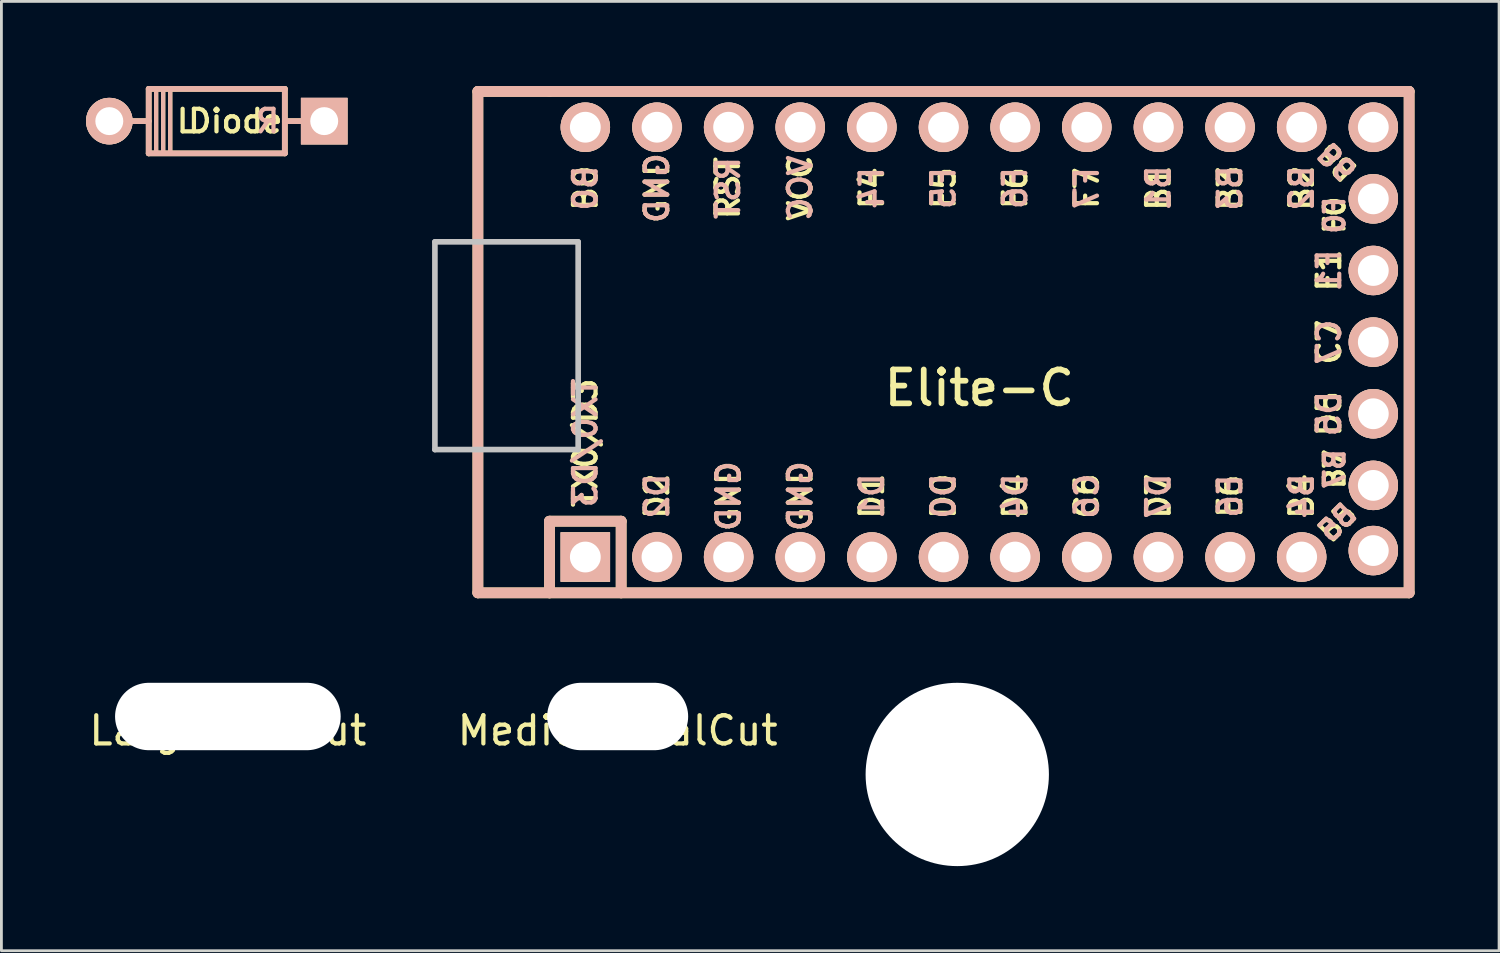
<source format=kicad_pcb>
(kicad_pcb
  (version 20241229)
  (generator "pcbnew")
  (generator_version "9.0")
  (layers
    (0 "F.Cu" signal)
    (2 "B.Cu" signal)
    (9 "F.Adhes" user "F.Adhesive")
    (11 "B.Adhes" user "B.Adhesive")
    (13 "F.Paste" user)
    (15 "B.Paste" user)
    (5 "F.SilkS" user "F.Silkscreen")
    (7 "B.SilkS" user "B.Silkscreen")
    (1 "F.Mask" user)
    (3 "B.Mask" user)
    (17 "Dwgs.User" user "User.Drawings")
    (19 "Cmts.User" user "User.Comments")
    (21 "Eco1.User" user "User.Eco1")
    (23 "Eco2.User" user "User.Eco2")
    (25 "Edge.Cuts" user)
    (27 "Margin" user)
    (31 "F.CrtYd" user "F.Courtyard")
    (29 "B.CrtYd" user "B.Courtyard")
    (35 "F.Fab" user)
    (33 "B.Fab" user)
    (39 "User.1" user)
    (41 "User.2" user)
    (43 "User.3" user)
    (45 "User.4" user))
  (footprint "Diode"
    (layer "F.Cu")
    (at 4.636 1.245)
    (property "Reference" "Diode" (at 2.413 0 0) (layer "F.SilkS") (effects (font (size 0.8 0.8) (thickness 0.15)) (justify right)))
    (attr through_hole)
    (fp_line (start -2.413 -1.143) (end 2.413 -1.143) (stroke (width 0.203) (type solid)) (layer "F.SilkS"))
    (fp_line (start -2.413 0) (end -2.985 0) (stroke (width 0.203) (type solid)) (layer "F.SilkS"))
    (fp_line (start -2.413 1.143) (end -2.413 -1.143) (stroke (width 0.203) (type solid)) (layer "F.SilkS"))
    (fp_line (start -2.15 1.1) (end -2.15 -1.1) (stroke (width 0.15) (type solid)) (layer "F.SilkS"))
    (fp_line (start -1.9 -1.05) (end -1.9 1.15) (stroke (width 0.15) (type solid)) (layer "F.SilkS"))
    (fp_line (start -1.65 1.15) (end -1.65 -1.05) (stroke (width 0.15) (type solid)) (layer "F.SilkS"))
    (fp_line (start 2.413 -1.143) (end 2.413 1.143) (stroke (width 0.203) (type solid)) (layer "F.SilkS"))
    (fp_line (start 2.413 0) (end 2.985 0) (stroke (width 0.203) (type solid)) (layer "F.SilkS"))
    (fp_line (start 2.413 1.143) (end -2.413 1.143) (stroke (width 0.203) (type solid)) (layer "F.SilkS"))
    (fp_line (start -2.413 -1.143) (end 2.413 -1.143) (stroke (width 0.203) (type solid)) (layer "B.SilkS"))
    (fp_line (start -2.413 0) (end -2.985 0) (stroke (width 0.203) (type solid)) (layer "B.SilkS"))
    (fp_line (start -2.413 1.143) (end -2.413 -1.143) (stroke (width 0.203) (type solid)) (layer "B.SilkS"))
    (fp_line (start -2.15 1.1) (end -2.15 -1.1) (stroke (width 0.15) (type solid)) (layer "B.SilkS"))
    (fp_line (start -1.9 1.1) (end -1.9 -1.1) (stroke (width 0.15) (type solid)) (layer "B.SilkS"))
    (fp_line (start -1.65 -1.05) (end -1.65 1.15) (stroke (width 0.15) (type solid)) (layer "B.SilkS"))
    (fp_line (start 2.413 -1.143) (end 2.413 1.143) (stroke (width 0.203) (type solid)) (layer "B.SilkS"))
    (fp_line (start 2.413 0) (end 2.985 0) (stroke (width 0.203) (type solid)) (layer "B.SilkS"))
    (fp_line (start 2.413 1.143) (end -2.413 1.143) (stroke (width 0.203) (type solid)) (layer "B.SilkS"))
    (fp_text user "L" (at -1.5 0 0) (layer "F.SilkS") (effects (font (size 0.8 0.8) (thickness 0.15)) (justify left)))
    (fp_text user "R" (at 2.3 0 0) (layer "B.SilkS") (effects (font (size 0.8 0.8) (thickness 0.15)) (justify left mirror)))
    (pad "1" thru_hole circle (at -3.81 0) (size 1.651 1.651) (drill 0.991) (layers "*.Cu" "*.SilkS" "*.Mask"))
    (pad "2" thru_hole rect (at 3.81 0) (size 1.651 1.651) (drill 0.991) (layers "*.Cu" "*.SilkS" "*.Mask")))
  (footprint "Mount"
    (layer "F.Cu")
    (at 30.893 24.411)
    (property "Reference" "Mount" (at 0 0.5 0) (layer "F.SilkS") (effects (font (size 1 1) (thickness 0.15))))
    (attr through_hole)
    (pad "" np_thru_hole oval (at 0 0) (size 6.5 6.5) (drill oval 6.5) (layers "*.Cu" "*.Mask")))
  (footprint "MediumOvalCut"
    (layer "F.Cu")
    (at 18.851 22.356)
    (property "Reference" "MediumOvalCut" (at 0 0.5 0) (layer "F.SilkS") (effects (font (size 1 1) (thickness 0.15))))
    (attr through_hole)
    (pad "" np_thru_hole oval (at 0 0) (size 5 2.39) (drill oval 5 2.39) (layers "*.Cu" "*.Mask")))
  (footprint "Elite-C"
    (layer "F.Cu")
    (at 31.675 9.081)
    (property "Reference" "Elite-C" (at 0 1.625 0) (layer "F.SilkS") (effects (font (size 1.2 1.2) (thickness 0.203))))
    (attr through_hole)
    (fp_line (start -17.78 -8.89) (end -17.78 8.89) (stroke (width 0.381) (type solid)) (layer "F.SilkS"))
    (fp_line (start -17.78 8.89) (end -15.24 8.89) (stroke (width 0.381) (type solid)) (layer "F.SilkS"))
    (fp_line (start -15.24 -8.89) (end -17.78 -8.89) (stroke (width 0.381) (type solid)) (layer "F.SilkS"))
    (fp_line (start -15.24 6.35) (end -15.24 8.89) (stroke (width 0.381) (type solid)) (layer "F.SilkS"))
    (fp_line (start -15.24 6.35) (end -12.7 6.35) (stroke (width 0.381) (type solid)) (layer "F.SilkS"))
    (fp_line (start -15.24 8.89) (end 15.24 8.89) (stroke (width 0.381) (type solid)) (layer "F.SilkS"))
    (fp_line (start -12.7 6.35) (end -12.7 8.89) (stroke (width 0.381) (type solid)) (layer "F.SilkS"))
    (fp_line (start 15.24 -8.89) (end -15.24 -8.89) (stroke (width 0.381) (type solid)) (layer "F.SilkS"))
    (fp_line (start 15.24 8.89) (end 15.24 -8.89) (stroke (width 0.381) (type solid)) (layer "F.SilkS"))
    (fp_line (start -17.78 -8.89) (end -17.78 8.89) (stroke (width 0.381) (type solid)) (layer "B.SilkS"))
    (fp_line (start -17.78 8.89) (end 15.24 8.89) (stroke (width 0.381) (type solid)) (layer "B.SilkS"))
    (fp_line (start -15.24 6.35) (end -15.24 8.89) (stroke (width 0.381) (type solid)) (layer "B.SilkS"))
    (fp_line (start -15.24 6.35) (end -12.7 6.35) (stroke (width 0.381) (type solid)) (layer "B.SilkS"))
    (fp_line (start -12.7 6.35) (end -12.7 8.89) (stroke (width 0.381) (type solid)) (layer "B.SilkS"))
    (fp_line (start 15.24 -8.89) (end -17.78 -8.89) (stroke (width 0.381) (type solid)) (layer "B.SilkS"))
    (fp_line (start 15.24 8.89) (end 15.24 -8.89) (stroke (width 0.381) (type solid)) (layer "B.SilkS"))
    (fp_line (start -19.304 -3.556) (end -14.224 -3.556) (stroke (width 0.2) (type solid)) (layer "Dwgs.User"))
    (fp_line (start -19.304 3.81) (end -19.304 -3.556) (stroke (width 0.2) (type solid)) (layer "Dwgs.User"))
    (fp_line (start -14.224 -3.556) (end -14.224 3.81) (stroke (width 0.2) (type solid)) (layer "Dwgs.User"))
    (fp_line (start -14.224 3.81) (end -19.304 3.81) (stroke (width 0.2) (type solid)) (layer "Dwgs.User"))
    (fp_text user "B7" (at 12.6 4.5 90) (layer "F.SilkS") (effects (font (size 0.7 0.7) (thickness 0.15))))
    (fp_text user "D5" (at 12.4 2.54 90) (layer "F.SilkS") (effects (font (size 0.8 0.8) (thickness 0.15))))
    (fp_text user "B2" (at 11.43 -5.461 90) (layer "F.SilkS") (effects (font (size 0.8 0.8) (thickness 0.15))))
    (fp_text user "F7" (at 3.81 -5.461 90) (layer "F.SilkS") (effects (font (size 0.8 0.8) (thickness 0.15))))
    (fp_text user "GND" (at -8.89 5.461 90) (layer "F.SilkS") (effects (font (size 0.8 0.8) (thickness 0.15))))
    (fp_text user "B6" (at 12.7 -6.4 135) (unlocked yes) (layer "F.SilkS") (effects (font (size 0.7 0.7) (thickness 0.15))))
    (fp_text user "GND" (at -6.35 5.461 90) (layer "F.SilkS") (effects (font (size 0.8 0.8) (thickness 0.15))))
    (fp_text user "D4" (at 1.27 5.461 90) (layer "F.SilkS") (effects (font (size 0.8 0.8) (thickness 0.15))))
    (fp_text user "F6" (at 1.27 -5.461 90) (layer "F.SilkS") (effects (font (size 0.8 0.8) (thickness 0.15))))
    (fp_text user "F1" (at 12.4 -2.54 90) (layer "F.SilkS") (effects (font (size 0.8 0.8) (thickness 0.15))))
    (fp_text user "D2" (at -11.43 5.461 90) (layer "F.SilkS") (effects (font (size 0.8 0.8) (thickness 0.15))))
    (fp_text user "E6" (at 8.89 5.461 90) (layer "F.SilkS") (effects (font (size 0.8 0.8) (thickness 0.15))))
    (fp_text user "D0" (at -1.27 5.461 90) (layer "F.SilkS") (effects (font (size 0.8 0.8) (thickness 0.15))))
    (fp_text user "B5" (at 12.7 6.4 45) (layer "F.SilkS") (effects (font (size 0.7 0.7) (thickness 0.15))))
    (fp_text user "F0" (at 12.6 -4.5 90) (layer "F.SilkS") (effects (font (size 0.7 0.7) (thickness 0.15))))
    (fp_text user "B4" (at 11.43 5.461 90) (layer "F.SilkS") (effects (font (size 0.8 0.8) (thickness 0.15))))
    (fp_text user "B3" (at 8.89 -5.461 90) (layer "F.SilkS") (effects (font (size 0.8 0.8) (thickness 0.15))))
    (fp_text user "F4" (at -3.81 -5.461 90) (layer "F.SilkS") (effects (font (size 0.8 0.8) (thickness 0.15))))
    (fp_text user "B1" (at 6.35 -5.461 90) (layer "F.SilkS") (effects (font (size 0.8 0.8) (thickness 0.15))))
    (fp_text user "B0" (at -13.97 -5.461 90) (layer "F.SilkS") (effects (font (size 0.8 0.8) (thickness 0.15))))
    (fp_text user "RST" (at -8.92 -5.461 90) (layer "F.SilkS") (effects (font (size 0.8 0.8) (thickness 0.15))))
    (fp_text user "TX0/D3" (at -13.97 3.572 90) (layer "F.SilkS") (effects (font (size 0.8 0.8) (thickness 0.15))))
    (fp_text user "C7" (at 12.4 0 90) (layer "F.SilkS") (effects (font (size 0.8 0.8) (thickness 0.15))))
    (fp_text user "VCC" (at -6.35 -5.461 90) (layer "F.SilkS") (effects (font (size 0.8 0.8) (thickness 0.15))))
    (fp_text user "GND" (at -11.43 -5.461 90) (layer "F.SilkS") (effects (font (size 0.8 0.8) (thickness 0.15))))
    (fp_text user "D1" (at -3.81 5.461 90) (layer "F.SilkS") (effects (font (size 0.8 0.8) (thickness 0.15))))
    (fp_text user "F5" (at -1.27 -5.461 90) (layer "F.SilkS") (effects (font (size 0.8 0.8) (thickness 0.15))))
    (fp_text user "C6" (at 3.81 5.461 90) (layer "F.SilkS") (effects (font (size 0.8 0.8) (thickness 0.15))))
    (fp_text user "D7" (at 6.35 5.461 90) (layer "F.SilkS") (effects (font (size 0.8 0.8) (thickness 0.15))))
    (fp_text user "VCC" (at -6.35 -5.461 90) (layer "B.SilkS") (effects (font (size 0.8 0.8) (thickness 0.15)) (justify mirror)))
    (fp_text user "TX0/D3" (at -13.97 3.572 90) (layer "B.SilkS") (effects (font (size 0.8 0.8) (thickness 0.15)) (justify mirror)))
    (fp_text user "C7" (at 12.4 0 90) (layer "B.SilkS") (effects (font (size 0.8 0.8) (thickness 0.15)) (justify mirror)))
    (fp_text user "B1" (at 6.35 -5.461 90) (layer "B.SilkS") (effects (font (size 0.8 0.8) (thickness 0.15)) (justify mirror)))
    (fp_text user "F7" (at 3.81 -5.461 90) (layer "B.SilkS") (effects (font (size 0.8 0.8) (thickness 0.15)) (justify mirror)))
    (fp_text user "F6" (at 1.27 -5.461 90) (layer "B.SilkS") (effects (font (size 0.8 0.8) (thickness 0.15)) (justify mirror)))
    (fp_text user "B5" (at 12.7 6.4 45) (layer "B.SilkS") (effects (font (size 0.7 0.7) (thickness 0.15)) (justify mirror)))
    (fp_text user "B4" (at 11.43 5.461 90) (layer "B.SilkS") (effects (font (size 0.8 0.8) (thickness 0.15)) (justify mirror)))
    (fp_text user "F5" (at -1.27 -5.461 90) (layer "B.SilkS") (effects (font (size 0.8 0.8) (thickness 0.15)) (justify mirror)))
    (fp_text user "GND" (at -6.35 5.461 90) (layer "B.SilkS") (effects (font (size 0.8 0.8) (thickness 0.15)) (justify mirror)))
    (fp_text user "RST" (at -8.91 -5.461 90) (layer "B.SilkS") (effects (font (size 0.8 0.8) (thickness 0.15)) (justify mirror)))
    (fp_text user "D2" (at -11.43 5.461 90) (layer "B.SilkS") (effects (font (size 0.8 0.8) (thickness 0.15)) (justify mirror)))
    (fp_text user "B3" (at 8.89 -5.461 90) (layer "B.SilkS") (effects (font (size 0.8 0.8) (thickness 0.15)) (justify mirror)))
    (fp_text user "C6" (at 3.81 5.461 90) (layer "B.SilkS") (effects (font (size 0.8 0.8) (thickness 0.15)) (justify mirror)))
    (fp_text user "F1" (at 12.4 -2.54 90) (layer "B.SilkS") (effects (font (size 0.8 0.8) (thickness 0.15)) (justify mirror)))
    (fp_text user "F4" (at -3.81 -5.461 90) (layer "B.SilkS") (effects (font (size 0.8 0.8) (thickness 0.15)) (justify mirror)))
    (fp_text user "D4" (at 1.27 5.461 90) (layer "B.SilkS") (effects (font (size 0.8 0.8) (thickness 0.15)) (justify mirror)))
    (fp_text user "D7" (at 6.35 5.461 90) (layer "B.SilkS") (effects (font (size 0.8 0.8) (thickness 0.15)) (justify mirror)))
    (fp_text user "D5" (at 12.4 2.54 90) (layer "B.SilkS") (effects (font (size 0.8 0.8) (thickness 0.15)) (justify mirror)))
    (fp_text user "E6" (at 8.89 5.461 90) (layer "B.SilkS") (effects (font (size 0.8 0.8) (thickness 0.15)) (justify mirror)))
    (fp_text user "B7" (at 12.6 4.5 90) (layer "B.SilkS") (effects (font (size 0.7 0.7) (thickness 0.15)) (justify mirror)))
    (fp_text user "D1" (at -3.81 5.461 90) (layer "B.SilkS") (effects (font (size 0.8 0.8) (thickness 0.15)) (justify mirror)))
    (fp_text user "B6" (at 12.7 -6.4 135) (unlocked yes) (layer "B.SilkS") (effects (font (size 0.7 0.7) (thickness 0.15)) (justify mirror)))
    (fp_text user "GND" (at -11.43 -5.461 90) (layer "B.SilkS") (effects (font (size 0.8 0.8) (thickness 0.15)) (justify mirror)))
    (fp_text user "B2" (at 11.43 -5.461 90) (layer "B.SilkS") (effects (font (size 0.8 0.8) (thickness 0.15)) (justify mirror)))
    (fp_text user "GND" (at -8.89 5.461 90) (layer "B.SilkS") (effects (font (size 0.8 0.8) (thickness 0.15)) (justify mirror)))
    (fp_text user "D0" (at -1.27 5.461 90) (layer "B.SilkS") (effects (font (size 0.8 0.8) (thickness 0.15)) (justify mirror)))
    (fp_text user "B0" (at -13.97 -5.461 90) (layer "B.SilkS") (effects (font (size 0.8 0.8) (thickness 0.15)) (justify mirror)))
    (fp_text user "F0" (at 12.6 -4.5 90) (layer "B.SilkS") (effects (font (size 0.7 0.7) (thickness 0.15)) (justify mirror)))
    (pad "1" thru_hole rect (at -13.97 7.62) (size 1.753 1.753) (drill 1.092) (layers "*.Cu" "*.SilkS" "*.Mask"))
    (pad "2" thru_hole circle (at -11.43 7.62) (size 1.753 1.753) (drill 1.092) (layers "*.Cu" "*.SilkS" "*.Mask"))
    (pad "3" thru_hole circle (at -8.89 7.62) (size 1.753 1.753) (drill 1.092) (layers "*.Cu" "*.SilkS" "*.Mask"))
    (pad "4" thru_hole circle (at -6.35 7.62) (size 1.753 1.753) (drill 1.092) (layers "*.Cu" "*.SilkS" "*.Mask"))
    (pad "5" thru_hole circle (at -3.81 7.62) (size 1.753 1.753) (drill 1.092) (layers "*.Cu" "*.SilkS" "*.Mask"))
    (pad "6" thru_hole circle (at -1.27 7.62) (size 1.753 1.753) (drill 1.092) (layers "*.Cu" "*.SilkS" "*.Mask"))
    (pad "7" thru_hole circle (at 1.27 7.62) (size 1.753 1.753) (drill 1.092) (layers "*.Cu" "*.SilkS" "*.Mask"))
    (pad "8" thru_hole circle (at 3.81 7.62) (size 1.753 1.753) (drill 1.092) (layers "*.Cu" "*.SilkS" "*.Mask"))
    (pad "9" thru_hole circle (at 6.35 7.62) (size 1.753 1.753) (drill 1.092) (layers "*.Cu" "*.SilkS" "*.Mask"))
    (pad "10" thru_hole circle (at 8.89 7.62) (size 1.753 1.753) (drill 1.092) (layers "*.Cu" "*.SilkS" "*.Mask"))
    (pad "11" thru_hole circle (at 11.43 7.62) (size 1.753 1.753) (drill 1.092) (layers "*.Cu" "*.SilkS" "*.Mask"))
    (pad "12" thru_hole circle (at 13.97 7.391) (size 1.753 1.753) (drill 1.092) (layers "*.Cu" "*.SilkS" "*.Mask"))
    (pad "13" thru_hole circle (at 13.97 -7.62) (size 1.753 1.753) (drill 1.092) (layers "*.Cu" "*.SilkS" "*.Mask"))
    (pad "14" thru_hole circle (at 11.43 -7.62) (size 1.753 1.753) (drill 1.092) (layers "*.Cu" "*.SilkS" "*.Mask"))
    (pad "15" thru_hole circle (at 8.89 -7.62) (size 1.753 1.753) (drill 1.092) (layers "*.Cu" "*.SilkS" "*.Mask"))
    (pad "16" thru_hole circle (at 6.35 -7.62) (size 1.753 1.753) (drill 1.092) (layers "*.Cu" "*.SilkS" "*.Mask"))
    (pad "17" thru_hole circle (at 3.81 -7.62) (size 1.753 1.753) (drill 1.092) (layers "*.Cu" "*.SilkS" "*.Mask"))
    (pad "18" thru_hole circle (at 1.27 -7.62) (size 1.753 1.753) (drill 1.092) (layers "*.Cu" "*.SilkS" "*.Mask"))
    (pad "19" thru_hole circle (at -1.27 -7.62) (size 1.753 1.753) (drill 1.092) (layers "*.Cu" "*.SilkS" "*.Mask"))
    (pad "20" thru_hole circle (at -3.81 -7.62) (size 1.753 1.753) (drill 1.092) (layers "*.Cu" "*.SilkS" "*.Mask"))
    (pad "21" thru_hole circle (at -6.35 -7.62) (size 1.753 1.753) (drill 1.092) (layers "*.Cu" "*.SilkS" "*.Mask"))
    (pad "22" thru_hole circle (at -8.89 -7.62) (size 1.753 1.753) (drill 1.092) (layers "*.Cu" "*.SilkS" "*.Mask"))
    (pad "23" thru_hole circle (at -11.43 -7.62) (size 1.753 1.753) (drill 1.092) (layers "*.Cu" "*.SilkS" "*.Mask"))
    (pad "24" thru_hole circle (at -13.97 -7.62) (size 1.753 1.753) (drill 1.092) (layers "*.Cu" "*.SilkS" "*.Mask"))
    (pad "25" thru_hole circle (at 13.97 5.08) (size 1.753 1.753) (drill 1.092) (layers "*.Cu" "*.SilkS" "*.Mask"))
    (pad "26" thru_hole circle (at 13.97 2.54) (size 1.753 1.753) (drill 1.092) (layers "*.Cu" "*.SilkS" "*.Mask"))
    (pad "27" thru_hole circle (at 13.97 0) (size 1.753 1.753) (drill 1.092) (layers "*.Cu" "*.SilkS" "*.Mask"))
    (pad "28" thru_hole circle (at 13.97 -2.54) (size 1.753 1.753) (drill 1.092) (layers "*.Cu" "*.SilkS" "*.Mask"))
    (pad "29" thru_hole circle (at 13.97 -5.08) (size 1.753 1.753) (drill 1.092) (layers "*.Cu" "*.SilkS" "*.Mask")))
  (footprint "LargeOvalCut"
    (layer "F.Cu")
    (at 5.03 22.356)
    (property "Reference" "LargeOvalCut" (at 0 0.5 0) (layer "F.SilkS") (effects (font (size 1 1) (thickness 0.15))))
    (attr through_hole)
    (pad "" np_thru_hole oval (at 0 0) (size 8 2.39) (drill oval 8 2.39) (layers "*.Cu" "*.Mask")))
  (gr_rect
    (start -3 -3)
    (end 50.105 30.661)
    (stroke (width 0.1) (type default))
    (fill no)
    (layer "Edge.Cuts")))
</source>
